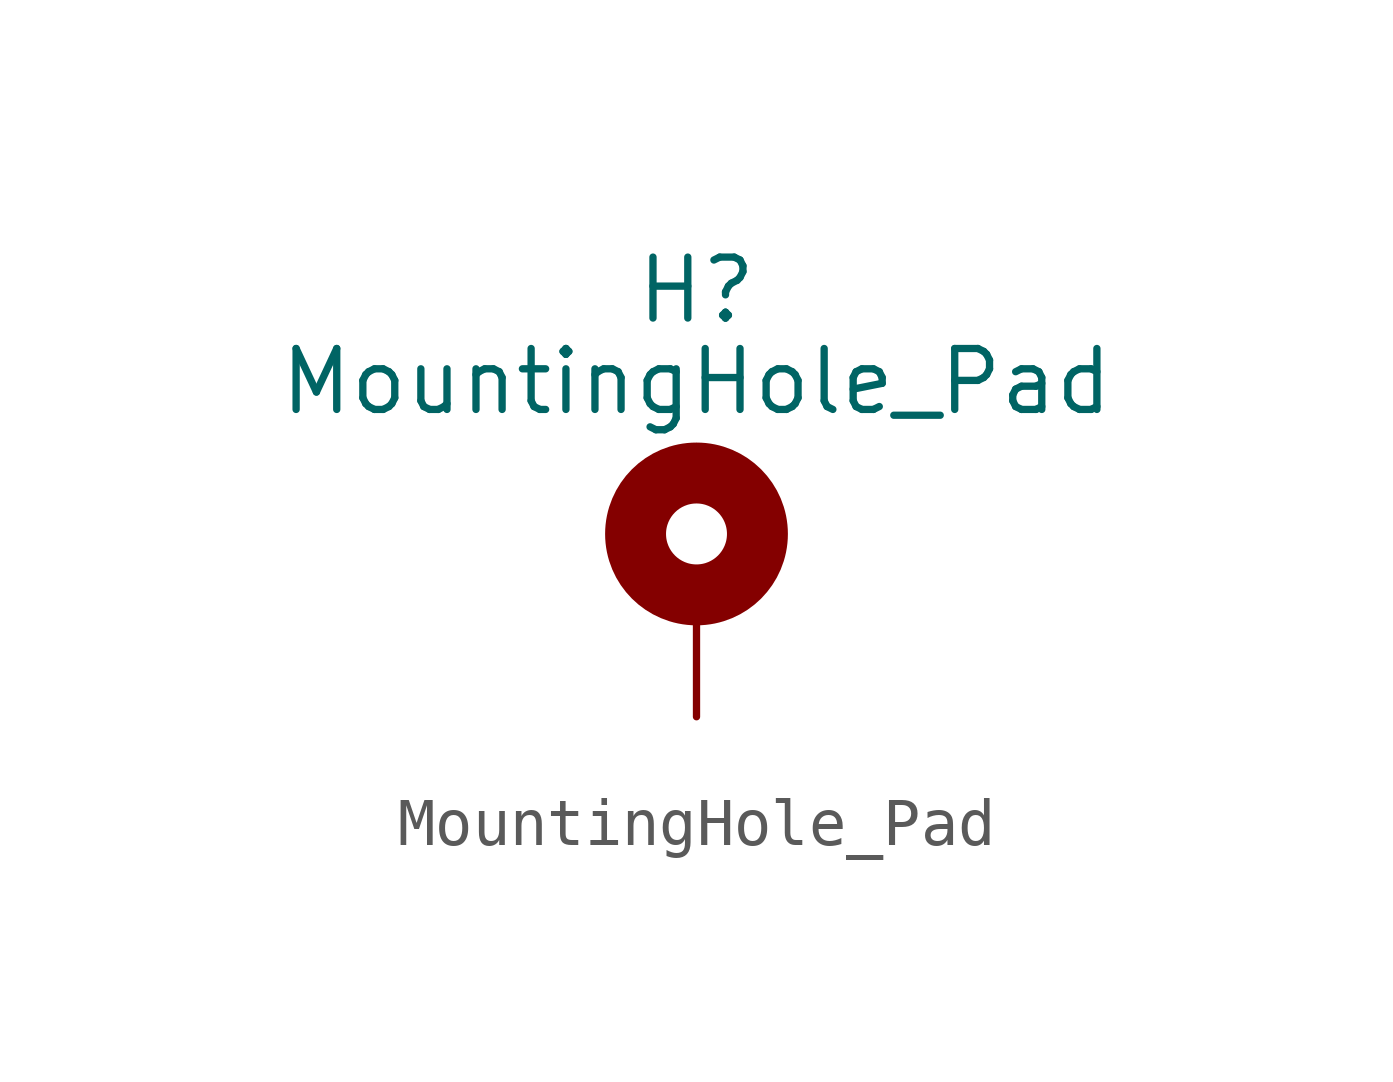
<source format=kicad_sym>
(kicad_symbol_lib
  (version 20211014)
  (generator kicad_symbol_editor)
  (symbol "MountingHole_Pad"
    (pin_numbers hide)
    (pin_names
      (offset 1.016) hide)
    (property "Reference" "H"
      (at 0 6.35 0)
      (effects (font (size 1.27 1.27))))
    (property "Value" "MountingHole_Pad"
      (at 0 4.445 0)
      (effects (font (size 1.27 1.27))))
    (symbol "MountingHole_Pad_0_1"
      (circle (center 0 1.27) (radius 1.27) (stroke (width 1.27) (type default) (color 0 0 0 0)) (fill (type none))))
    (symbol "MountingHole_Pad_1_1"
      (pin passive line (at 0 -2.54 90) (length 2.54) (name "1" (effects (font (size 1.27 1.27)))) (number "1" (effects (font (size 1.27 1.27))))))))
</source>
